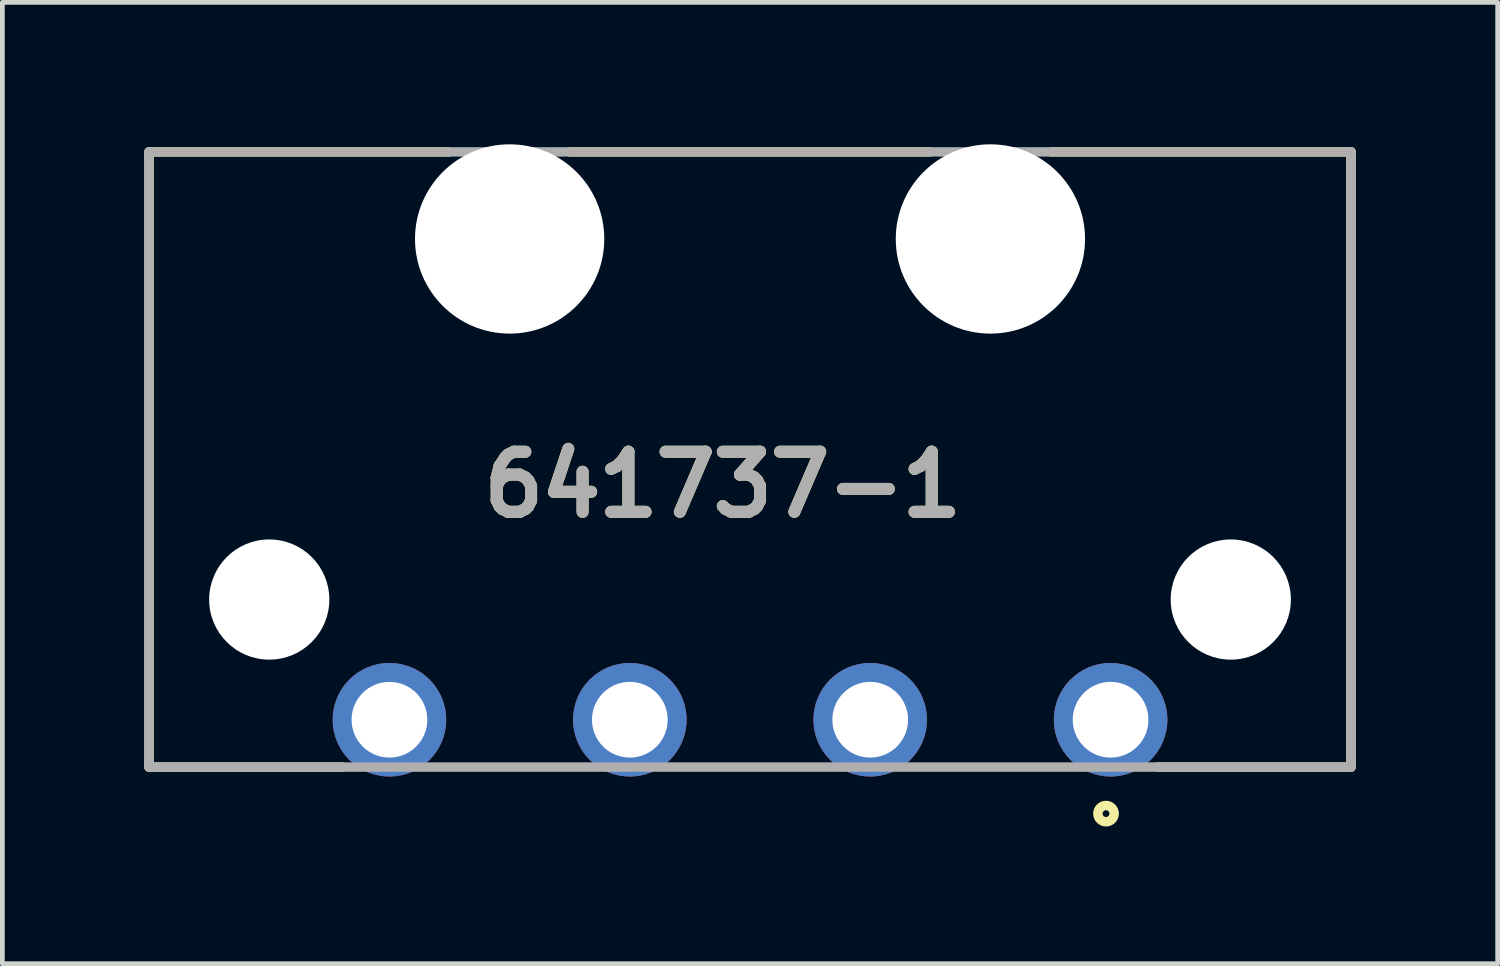
<source format=kicad_pcb>
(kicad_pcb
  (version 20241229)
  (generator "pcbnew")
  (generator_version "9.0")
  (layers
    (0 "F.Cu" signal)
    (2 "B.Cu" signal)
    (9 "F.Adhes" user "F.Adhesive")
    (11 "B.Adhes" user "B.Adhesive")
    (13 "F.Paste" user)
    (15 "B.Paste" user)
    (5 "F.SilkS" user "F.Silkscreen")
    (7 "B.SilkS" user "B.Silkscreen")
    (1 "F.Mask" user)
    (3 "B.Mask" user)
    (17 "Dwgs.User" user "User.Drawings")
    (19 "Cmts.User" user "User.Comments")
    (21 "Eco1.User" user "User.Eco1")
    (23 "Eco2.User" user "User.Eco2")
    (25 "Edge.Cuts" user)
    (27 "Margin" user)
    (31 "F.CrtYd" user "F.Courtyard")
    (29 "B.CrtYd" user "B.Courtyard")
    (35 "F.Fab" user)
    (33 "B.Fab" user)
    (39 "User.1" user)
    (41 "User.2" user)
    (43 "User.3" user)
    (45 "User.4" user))
  (footprint "641737-1"
    (layer "F.Cu")
    (at 12.8 12.16)
    (property "Reference" "641737-1" (at -0.575 -4.968 0) (layer "F.SilkS") (effects (font (size 1.27 1.27) (thickness 0.254))))
    (attr through_hole)
    (fp_line (start -12.7 -12) (end -12.7 1) (stroke (width 0.2) (type solid)) (layer "F.SilkS"))
    (fp_line (start -12.7 -12) (end -6.364 -12) (stroke (width 0.2) (type solid)) (layer "F.SilkS"))
    (fp_line (start -12.7 1) (end -8.623 1) (stroke (width 0.2) (type solid)) (layer "F.SilkS"))
    (fp_line (start -3.8 -12) (end 3.8 -12) (stroke (width 0.2) (type solid)) (layer "F.SilkS"))
    (fp_line (start 12.7 -12) (end 6.364 -12) (stroke (width 0.2) (type solid)) (layer "F.SilkS"))
    (fp_line (start 12.7 -12) (end 12.7 1) (stroke (width 0.2) (type solid)) (layer "F.SilkS"))
    (fp_line (start 12.7 1) (end 8.623 1) (stroke (width 0.2) (type solid)) (layer "F.SilkS"))
    (fp_circle (center 7.523 1.984) (end 7.523 2.056) (stroke (width 0.2) (type solid)) (fill no) (layer "F.SilkS"))
    (fp_line (start -12.7 -12) (end 12.7 -12) (stroke (width 0.2) (type solid)) (layer "F.Fab"))
    (fp_line (start -12.7 1) (end -12.7 -12) (stroke (width 0.2) (type solid)) (layer "F.Fab"))
    (fp_line (start 12.7 -12) (end 12.7 1) (stroke (width 0.2) (type solid)) (layer "F.Fab"))
    (fp_line (start 12.7 1) (end -12.7 1) (stroke (width 0.2) (type solid)) (layer "F.Fab"))
    (fp_text user "${REFERENCE}" (at -0.575 -4.968 0) (layer "F.Fab") (effects (font (size 1.27 1.27) (thickness 0.254))))
    (pad "" np_thru_hole circle (at -10.16 -2.54) (size 2.54 2.54) (drill 2.54) (layers "*.Cu" "*.Mask"))
    (pad "" np_thru_hole circle (at -5.08 -10.16) (size 4 4) (drill 4) (layers "*.Cu" "*.Mask"))
    (pad "" np_thru_hole circle (at 5.08 -10.16) (size 4 4) (drill 4) (layers "*.Cu" "*.Mask"))
    (pad "" np_thru_hole circle (at 10.16 -2.54) (size 2.54 2.54) (drill 2.54) (layers "*.Cu" "*.Mask"))
    (pad "1" thru_hole circle (at 7.62 0) (size 2.4 2.4) (drill 1.6) (layers "*.Cu" "*.Mask"))
    (pad "2" thru_hole circle (at 2.54 0) (size 2.4 2.4) (drill 1.6) (layers "*.Cu" "*.Mask"))
    (pad "3" thru_hole circle (at -2.54 0) (size 2.4 2.4) (drill 1.6) (layers "*.Cu" "*.Mask"))
    (pad "4" thru_hole circle (at -7.62 0) (size 2.4 2.4) (drill 1.6) (layers "*.Cu" "*.Mask")))
  (gr_rect
    (start -3 -3)
    (end 28.6 17.316)
    (stroke (width 0.1) (type default))
    (fill no)
    (layer "Edge.Cuts")))
</source>
